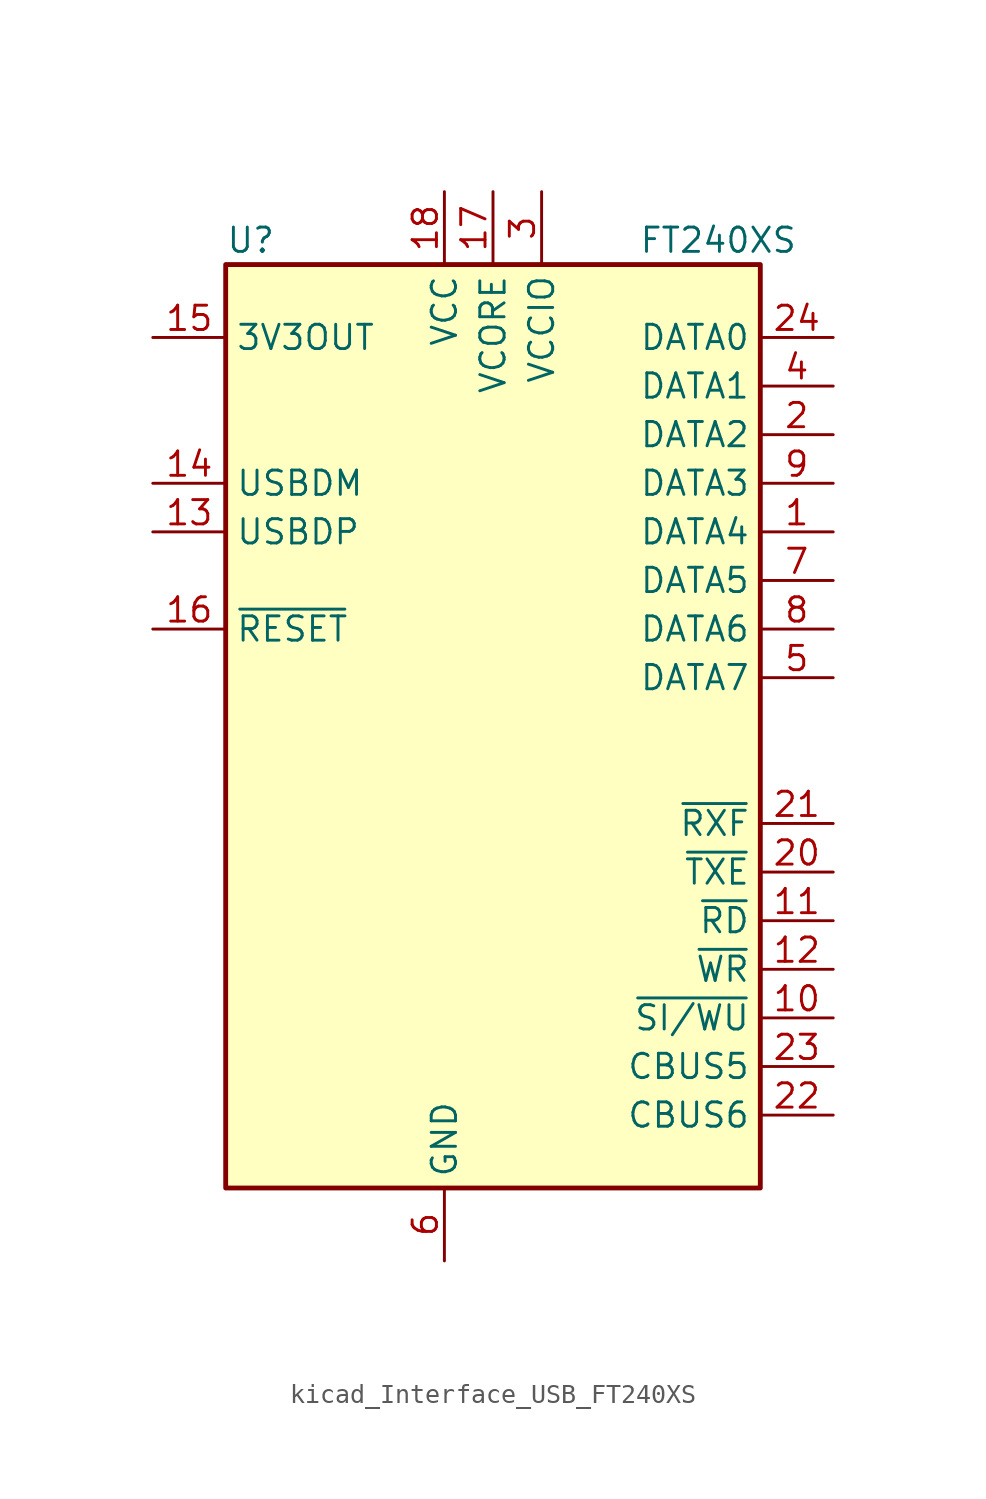
<source format=kicad_sym>
(kicad_symbol_lib
  (version 20220914)
  (generator kicad_symbol_editor)
  (symbol "kicad_Interface_USB_FT240XS"
    (property "Reference" "U"
      (at -13.97 25.4 0)
      (effects (font (size 1.27 1.27)) (justify left)))
    (property "Value" "FT240XS"
      (at 7.62 25.4 0)
      (effects (font (size 1.27 1.27)) (justify left)))
    (symbol "kicad_Interface_USB_FT240XS_0_1"
      (rectangle (start 13.97 -24.13) (end -13.97 24.13) (stroke (width 0.254) (type default)) (fill (type background))))
    (symbol "kicad_Interface_USB_FT240XS_1_1"
      (pin bidirectional line (at 17.78 10.16 180) (length 3.81) (name "DATA4" (effects (font (size 1.27 1.27)))) (number "1" (effects (font (size 1.27 1.27)))))
      (pin input line (at 17.78 -15.24 180) (length 3.81) (name "~{SI/WU}" (effects (font (size 1.27 1.27)))) (number "10" (effects (font (size 1.27 1.27)))))
      (pin input line (at 17.78 -10.16 180) (length 3.81) (name "~{RD}" (effects (font (size 1.27 1.27)))) (number "11" (effects (font (size 1.27 1.27)))))
      (pin input line (at 17.78 -12.7 180) (length 3.81) (name "~{WR}" (effects (font (size 1.27 1.27)))) (number "12" (effects (font (size 1.27 1.27)))))
      (pin bidirectional line (at -17.78 10.16 0) (length 3.81) (name "USBDP" (effects (font (size 1.27 1.27)))) (number "13" (effects (font (size 1.27 1.27)))))
      (pin bidirectional line (at -17.78 12.7 0) (length 3.81) (name "USBDM" (effects (font (size 1.27 1.27)))) (number "14" (effects (font (size 1.27 1.27)))))
      (pin power_out line (at -17.78 20.32 0) (length 3.81) (name "3V3OUT" (effects (font (size 1.27 1.27)))) (number "15" (effects (font (size 1.27 1.27)))))
      (pin input line (at -17.78 5.08 0) (length 3.81) (name "~{RESET}" (effects (font (size 1.27 1.27)))) (number "16" (effects (font (size 1.27 1.27)))))
      (pin power_out line (at 0 27.94 270) (length 3.81) (name "VCORE" (effects (font (size 1.27 1.27)))) (number "17" (effects (font (size 1.27 1.27)))))
      (pin power_in line (at -2.54 27.94 270) (length 3.81) (name "VCC" (effects (font (size 1.27 1.27)))) (number "18" (effects (font (size 1.27 1.27)))))
      (pin passive line (at -2.54 -27.94 90) (length 3.81) hide (name "GND" (effects (font (size 1.27 1.27)))) (number "19" (effects (font (size 1.27 1.27)))))
      (pin bidirectional line (at 17.78 15.24 180) (length 3.81) (name "DATA2" (effects (font (size 1.27 1.27)))) (number "2" (effects (font (size 1.27 1.27)))))
      (pin output line (at 17.78 -7.62 180) (length 3.81) (name "~{TXE}" (effects (font (size 1.27 1.27)))) (number "20" (effects (font (size 1.27 1.27)))))
      (pin output line (at 17.78 -5.08 180) (length 3.81) (name "~{RXF}" (effects (font (size 1.27 1.27)))) (number "21" (effects (font (size 1.27 1.27)))))
      (pin bidirectional line (at 17.78 -20.32 180) (length 3.81) (name "CBUS6" (effects (font (size 1.27 1.27)))) (number "22" (effects (font (size 1.27 1.27)))))
      (pin bidirectional line (at 17.78 -17.78 180) (length 3.81) (name "CBUS5" (effects (font (size 1.27 1.27)))) (number "23" (effects (font (size 1.27 1.27)))))
      (pin bidirectional line (at 17.78 20.32 180) (length 3.81) (name "DATA0" (effects (font (size 1.27 1.27)))) (number "24" (effects (font (size 1.27 1.27)))))
      (pin power_in line (at 2.54 27.94 270) (length 3.81) (name "VCCIO" (effects (font (size 1.27 1.27)))) (number "3" (effects (font (size 1.27 1.27)))))
      (pin bidirectional line (at 17.78 17.78 180) (length 3.81) (name "DATA1" (effects (font (size 1.27 1.27)))) (number "4" (effects (font (size 1.27 1.27)))))
      (pin bidirectional line (at 17.78 2.54 180) (length 3.81) (name "DATA7" (effects (font (size 1.27 1.27)))) (number "5" (effects (font (size 1.27 1.27)))))
      (pin power_in line (at -2.54 -27.94 90) (length 3.81) (name "GND" (effects (font (size 1.27 1.27)))) (number "6" (effects (font (size 1.27 1.27)))))
      (pin bidirectional line (at 17.78 7.62 180) (length 3.81) (name "DATA5" (effects (font (size 1.27 1.27)))) (number "7" (effects (font (size 1.27 1.27)))))
      (pin bidirectional line (at 17.78 5.08 180) (length 3.81) (name "DATA6" (effects (font (size 1.27 1.27)))) (number "8" (effects (font (size 1.27 1.27)))))
      (pin bidirectional line (at 17.78 12.7 180) (length 3.81) (name "DATA3" (effects (font (size 1.27 1.27)))) (number "9" (effects (font (size 1.27 1.27))))))))
</source>
